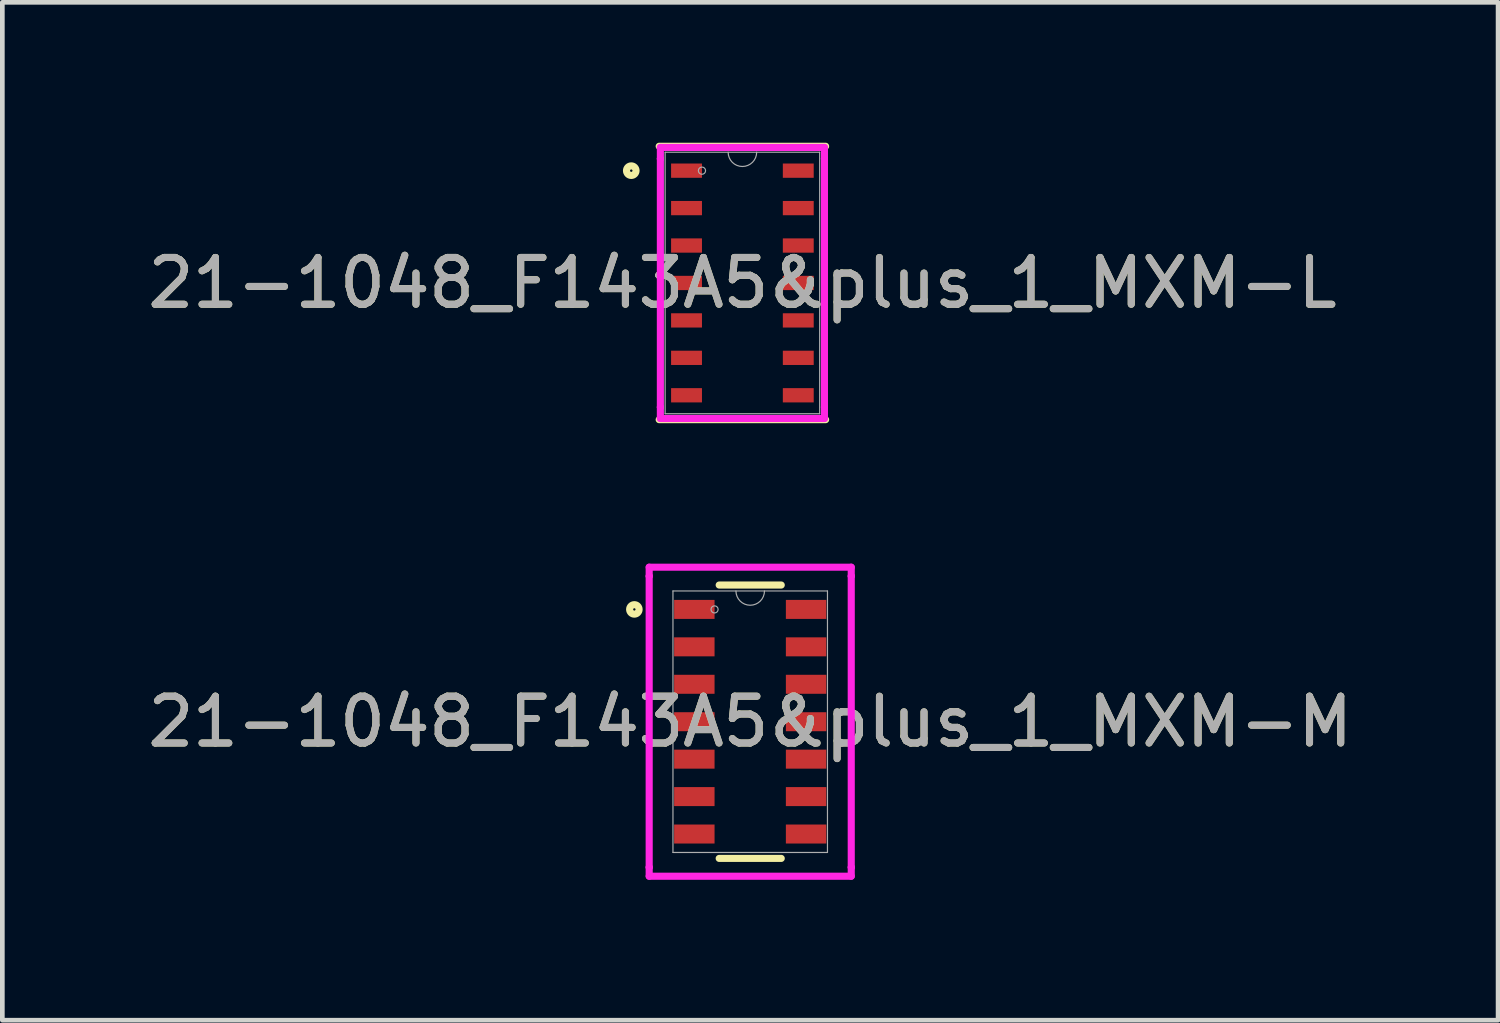
<source format=kicad_pcb>
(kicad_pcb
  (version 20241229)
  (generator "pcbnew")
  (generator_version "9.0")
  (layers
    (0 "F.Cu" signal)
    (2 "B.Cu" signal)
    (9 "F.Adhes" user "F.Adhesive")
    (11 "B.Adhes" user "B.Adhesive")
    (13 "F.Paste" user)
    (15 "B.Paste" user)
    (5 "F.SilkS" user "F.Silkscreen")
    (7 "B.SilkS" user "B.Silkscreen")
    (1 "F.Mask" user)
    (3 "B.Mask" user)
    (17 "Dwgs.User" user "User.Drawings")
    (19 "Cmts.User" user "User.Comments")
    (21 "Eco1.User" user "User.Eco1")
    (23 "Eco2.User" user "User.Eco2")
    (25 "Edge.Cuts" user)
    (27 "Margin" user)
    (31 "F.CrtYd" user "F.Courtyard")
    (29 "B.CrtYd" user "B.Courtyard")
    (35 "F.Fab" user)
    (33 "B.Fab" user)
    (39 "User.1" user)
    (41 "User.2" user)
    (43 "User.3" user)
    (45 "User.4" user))
  (footprint "21-1048_F143A5&plus_1_MXM-M"
    (layer "F.Cu")
    (at 12.982 12.373)
    (property "Reference" "21-1048_F143A5&plus_1_MXM-M" (at 0 0 0) (unlocked yes) (layer "F.SilkS") (effects (font (size 1 1) (thickness 0.15))))
    (attr smd)
    (fp_line (start -0.663 2.921) (end 0.663 2.921) (stroke (width 0.152) (type solid)) (layer "F.SilkS"))
    (fp_line (start 0.663 -2.921) (end -0.663 -2.921) (stroke (width 0.152) (type solid)) (layer "F.SilkS"))
    (fp_circle (center -2.476 -2.4) (end -2.375 -2.4) (stroke (width 0.152) (type solid)) (fill no) (layer "F.SilkS"))
    (fp_line (start -2.159 -3.302) (end 2.159 -3.302) (stroke (width 0.152) (type solid)) (layer "F.CrtYd"))
    (fp_line (start -2.159 -3.111) (end -2.159 -3.302) (stroke (width 0.152) (type solid)) (layer "F.CrtYd"))
    (fp_line (start -2.159 -3.111) (end -2.159 -3.111) (stroke (width 0.152) (type solid)) (layer "F.CrtYd"))
    (fp_line (start -2.159 3.111) (end -2.159 -3.111) (stroke (width 0.152) (type solid)) (layer "F.CrtYd"))
    (fp_line (start -2.159 3.111) (end -2.159 3.111) (stroke (width 0.152) (type solid)) (layer "F.CrtYd"))
    (fp_line (start -2.159 3.302) (end -2.159 3.111) (stroke (width 0.152) (type solid)) (layer "F.CrtYd"))
    (fp_line (start 2.159 -3.302) (end 2.159 -3.111) (stroke (width 0.152) (type solid)) (layer "F.CrtYd"))
    (fp_line (start 2.159 -3.111) (end 2.159 -3.111) (stroke (width 0.152) (type solid)) (layer "F.CrtYd"))
    (fp_line (start 2.159 -3.111) (end 2.159 3.111) (stroke (width 0.152) (type solid)) (layer "F.CrtYd"))
    (fp_line (start 2.159 3.111) (end 2.159 3.111) (stroke (width 0.152) (type solid)) (layer "F.CrtYd"))
    (fp_line (start 2.159 3.111) (end 2.159 3.302) (stroke (width 0.152) (type solid)) (layer "F.CrtYd"))
    (fp_line (start 2.159 3.302) (end -2.159 3.302) (stroke (width 0.152) (type solid)) (layer "F.CrtYd"))
    (fp_line (start -1.651 -2.794) (end -1.651 2.794) (stroke (width 0.025) (type solid)) (layer "F.Fab"))
    (fp_line (start -1.651 2.794) (end 1.651 2.794) (stroke (width 0.025) (type solid)) (layer "F.Fab"))
    (fp_line (start 1.651 -2.794) (end -1.651 -2.794) (stroke (width 0.025) (type solid)) (layer "F.Fab"))
    (fp_line (start 1.651 2.794) (end 1.651 -2.794) (stroke (width 0.025) (type solid)) (layer "F.Fab"))
    (fp_arc (start 0.3048 -2.794) (mid 0 -2.4892) (end -0.3048 -2.794) (stroke (width 0.0254) (type solid)) (layer "F.Fab"))
    (fp_circle (center -0.762 -2.4) (end -0.686 -2.4) (stroke (width 0.025) (type solid)) (fill no) (layer "F.Fab"))
    (fp_text user "${REFERENCE}" (at 0 0 0) (unlocked yes) (layer "F.Fab") (effects (font (size 1 1) (thickness 0.15))))
    (pad "1" smd rect (at -1.194 -2.4) (size 0.864 0.406) (layers "F.Cu" "F.Mask" "F.Paste"))
    (pad "2" smd rect (at -1.194 -1.6) (size 0.864 0.406) (layers "F.Cu" "F.Mask" "F.Paste"))
    (pad "3" smd rect (at -1.194 -0.8) (size 0.864 0.406) (layers "F.Cu" "F.Mask" "F.Paste"))
    (pad "4" smd rect (at -1.194 0) (size 0.864 0.406) (layers "F.Cu" "F.Mask" "F.Paste"))
    (pad "5" smd rect (at -1.194 0.8) (size 0.864 0.406) (layers "F.Cu" "F.Mask" "F.Paste"))
    (pad "6" smd rect (at -1.194 1.6) (size 0.864 0.406) (layers "F.Cu" "F.Mask" "F.Paste"))
    (pad "7" smd rect (at -1.194 2.4) (size 0.864 0.406) (layers "F.Cu" "F.Mask" "F.Paste"))
    (pad "8" smd rect (at 1.194 2.4) (size 0.864 0.406) (layers "F.Cu" "F.Mask" "F.Paste"))
    (pad "9" smd rect (at 1.194 1.6) (size 0.864 0.406) (layers "F.Cu" "F.Mask" "F.Paste"))
    (pad "10" smd rect (at 1.194 0.8) (size 0.864 0.406) (layers "F.Cu" "F.Mask" "F.Paste"))
    (pad "11" smd rect (at 1.194 0) (size 0.864 0.406) (layers "F.Cu" "F.Mask" "F.Paste"))
    (pad "12" smd rect (at 1.194 -0.8) (size 0.864 0.406) (layers "F.Cu" "F.Mask" "F.Paste"))
    (pad "13" smd rect (at 1.194 -1.6) (size 0.864 0.406) (layers "F.Cu" "F.Mask" "F.Paste"))
    (pad "14" smd rect (at 1.194 -2.4) (size 0.864 0.406) (layers "F.Cu" "F.Mask" "F.Paste")))
  (footprint "21-1048_F143A5&plus_1_MXM-L"
    (layer "F.Cu")
    (at 12.815 2.997)
    (property "Reference" "21-1048_F143A5&plus_1_MXM-L" (at 0 0 0) (unlocked yes) (layer "F.SilkS") (effects (font (size 1 1) (thickness 0.15))))
    (attr smd)
    (fp_line (start -1.778 2.921) (end 1.778 2.921) (stroke (width 0.152) (type solid)) (layer "F.SilkS"))
    (fp_line (start 1.778 -2.921) (end -1.778 -2.921) (stroke (width 0.152) (type solid)) (layer "F.SilkS"))
    (fp_circle (center -2.375 -2.4) (end -2.273 -2.4) (stroke (width 0.152) (type solid)) (fill no) (layer "F.SilkS"))
    (fp_line (start -1.753 -2.896) (end 1.753 -2.896) (stroke (width 0.152) (type solid)) (layer "F.CrtYd"))
    (fp_line (start -1.753 -2.654) (end -1.753 -2.896) (stroke (width 0.152) (type solid)) (layer "F.CrtYd"))
    (fp_line (start -1.753 -2.654) (end -1.753 -2.654) (stroke (width 0.152) (type solid)) (layer "F.CrtYd"))
    (fp_line (start -1.753 2.654) (end -1.753 -2.654) (stroke (width 0.152) (type solid)) (layer "F.CrtYd"))
    (fp_line (start -1.753 2.654) (end -1.753 2.654) (stroke (width 0.152) (type solid)) (layer "F.CrtYd"))
    (fp_line (start -1.753 2.896) (end -1.753 2.654) (stroke (width 0.152) (type solid)) (layer "F.CrtYd"))
    (fp_line (start 1.753 -2.896) (end 1.753 -2.654) (stroke (width 0.152) (type solid)) (layer "F.CrtYd"))
    (fp_line (start 1.753 -2.654) (end 1.753 -2.654) (stroke (width 0.152) (type solid)) (layer "F.CrtYd"))
    (fp_line (start 1.753 -2.654) (end 1.753 2.654) (stroke (width 0.152) (type solid)) (layer "F.CrtYd"))
    (fp_line (start 1.753 2.654) (end 1.753 2.654) (stroke (width 0.152) (type solid)) (layer "F.CrtYd"))
    (fp_line (start 1.753 2.654) (end 1.753 2.896) (stroke (width 0.152) (type solid)) (layer "F.CrtYd"))
    (fp_line (start 1.753 2.896) (end -1.753 2.896) (stroke (width 0.152) (type solid)) (layer "F.CrtYd"))
    (fp_line (start -1.651 -2.794) (end -1.651 2.794) (stroke (width 0.025) (type solid)) (layer "F.Fab"))
    (fp_line (start -1.651 2.794) (end 1.651 2.794) (stroke (width 0.025) (type solid)) (layer "F.Fab"))
    (fp_line (start 1.651 -2.794) (end -1.651 -2.794) (stroke (width 0.025) (type solid)) (layer "F.Fab"))
    (fp_line (start 1.651 2.794) (end 1.651 -2.794) (stroke (width 0.025) (type solid)) (layer "F.Fab"))
    (fp_arc (start 0.3048 -2.794) (mid 0 -2.4892) (end -0.3048 -2.794) (stroke (width 0.0254) (type solid)) (layer "F.Fab"))
    (fp_circle (center -0.864 -2.4) (end -0.787 -2.4) (stroke (width 0.025) (type solid)) (fill no) (layer "F.Fab"))
    (fp_text user "${REFERENCE}" (at 0 0 0) (unlocked yes) (layer "F.Fab") (effects (font (size 1 1) (thickness 0.15))))
    (pad "1" smd rect (at -1.194 -2.4) (size 0.66 0.305) (layers "F.Cu" "F.Mask" "F.Paste"))
    (pad "2" smd rect (at -1.194 -1.6) (size 0.66 0.305) (layers "F.Cu" "F.Mask" "F.Paste"))
    (pad "3" smd rect (at -1.194 -0.8) (size 0.66 0.305) (layers "F.Cu" "F.Mask" "F.Paste"))
    (pad "4" smd rect (at -1.194 0) (size 0.66 0.305) (layers "F.Cu" "F.Mask" "F.Paste"))
    (pad "5" smd rect (at -1.194 0.8) (size 0.66 0.305) (layers "F.Cu" "F.Mask" "F.Paste"))
    (pad "6" smd rect (at -1.194 1.6) (size 0.66 0.305) (layers "F.Cu" "F.Mask" "F.Paste"))
    (pad "7" smd rect (at -1.194 2.4) (size 0.66 0.305) (layers "F.Cu" "F.Mask" "F.Paste"))
    (pad "8" smd rect (at 1.194 2.4) (size 0.66 0.305) (layers "F.Cu" "F.Mask" "F.Paste"))
    (pad "9" smd rect (at 1.194 1.6) (size 0.66 0.305) (layers "F.Cu" "F.Mask" "F.Paste"))
    (pad "10" smd rect (at 1.194 0.8) (size 0.66 0.305) (layers "F.Cu" "F.Mask" "F.Paste"))
    (pad "11" smd rect (at 1.194 0) (size 0.66 0.305) (layers "F.Cu" "F.Mask" "F.Paste"))
    (pad "12" smd rect (at 1.194 -0.8) (size 0.66 0.305) (layers "F.Cu" "F.Mask" "F.Paste"))
    (pad "13" smd rect (at 1.194 -1.6) (size 0.66 0.305) (layers "F.Cu" "F.Mask" "F.Paste"))
    (pad "14" smd rect (at 1.194 -2.4) (size 0.66 0.305) (layers "F.Cu" "F.Mask" "F.Paste")))
  (gr_rect
    (start -3 -3)
    (end 28.964 18.751)
    (stroke (width 0.1) (type default))
    (fill no)
    (layer "Edge.Cuts")))
</source>
